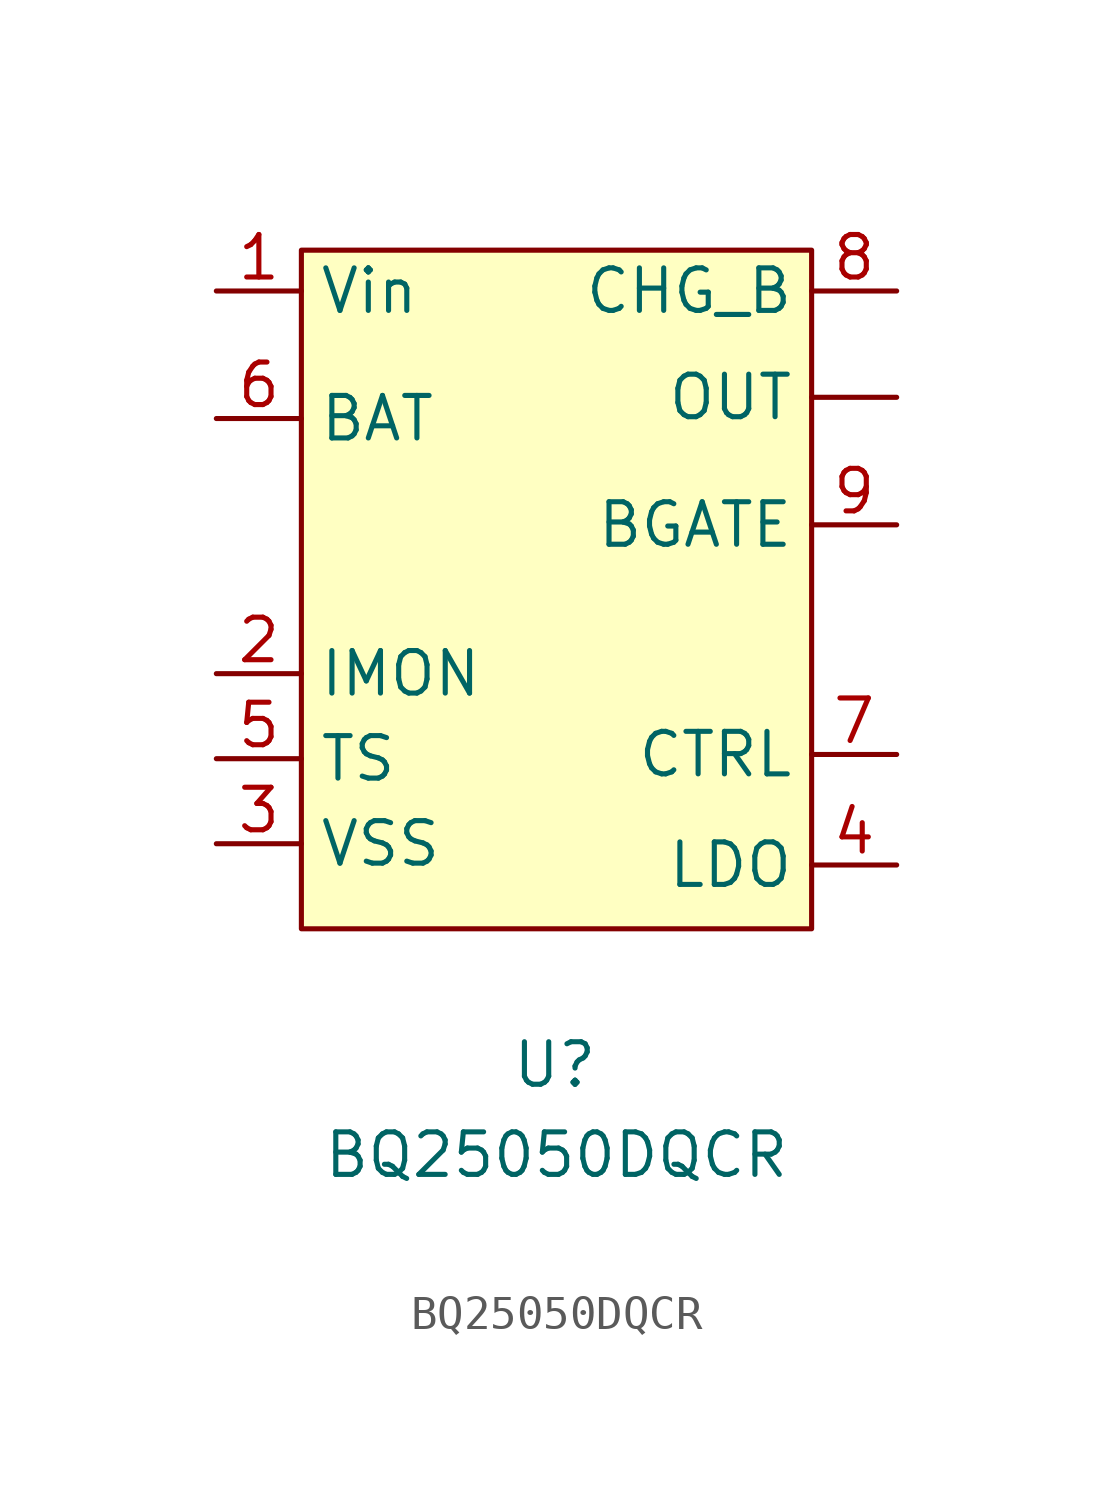
<source format=kicad_sym>
(kicad_symbol_lib
  (version 20211014)
  (generator kicad_symbol_editor)
  (symbol "BQ25050DQCR"
    (property "Reference" "U"
      (at -0.051 -14.224 0)
      (effects (font (size 1.27 1.27))))
    (property "Value" "BQ25050DQCR"
      (at 0 -16.916 0)
      (effects (font (size 1.27 1.27))))
    (symbol "BQ25050DQCR_0_1"
      (rectangle (start -7.62 10.109) (end 7.62 -10.16) (stroke (width 0) (type default) (color 0 0 0 0)) (fill (type background))))
    (symbol "BQ25050DQCR_1_1"
      (pin output line (at 10.16 5.715 180) (length 2.54) (name "OUT" (effects (font (size 1.27 1.27)))) (number "" (effects (font (size 1.27 1.27)))))
      (pin power_in line (at -10.16 8.89 0) (length 2.54) (name "Vin" (effects (font (size 1.27 1.27)))) (number "1" (effects (font (size 1.27 1.27)))))
      (pin input line (at -10.16 -2.54 0) (length 2.54) (name "IMON" (effects (font (size 1.27 1.27)))) (number "2" (effects (font (size 1.27 1.27)))))
      (pin power_out line (at -10.16 -7.62 0) (length 2.54) (name "VSS" (effects (font (size 1.27 1.27)))) (number "3" (effects (font (size 1.27 1.27)))))
      (pin output line (at 10.16 -8.255 180) (length 2.54) (name "LDO" (effects (font (size 1.27 1.27)))) (number "4" (effects (font (size 1.27 1.27)))))
      (pin input line (at -10.16 -5.08 0) (length 2.54) (name "TS" (effects (font (size 1.27 1.27)))) (number "5" (effects (font (size 1.27 1.27)))))
      (pin input line (at -10.16 5.08 0) (length 2.54) (name "BAT" (effects (font (size 1.27 1.27)))) (number "6" (effects (font (size 1.27 1.27)))))
      (pin input line (at 10.16 -4.953 180) (length 2.54) (name "CTRL" (effects (font (size 1.27 1.27)))) (number "7" (effects (font (size 1.27 1.27)))))
      (pin input line (at 10.16 8.89 180) (length 2.54) (name "CHG_B" (effects (font (size 1.27 1.27)))) (number "8" (effects (font (size 1.27 1.27)))))
      (pin output line (at 10.16 1.905 180) (length 2.54) (name "BGATE" (effects (font (size 1.27 1.27)))) (number "9" (effects (font (size 1.27 1.27))))))))
</source>
